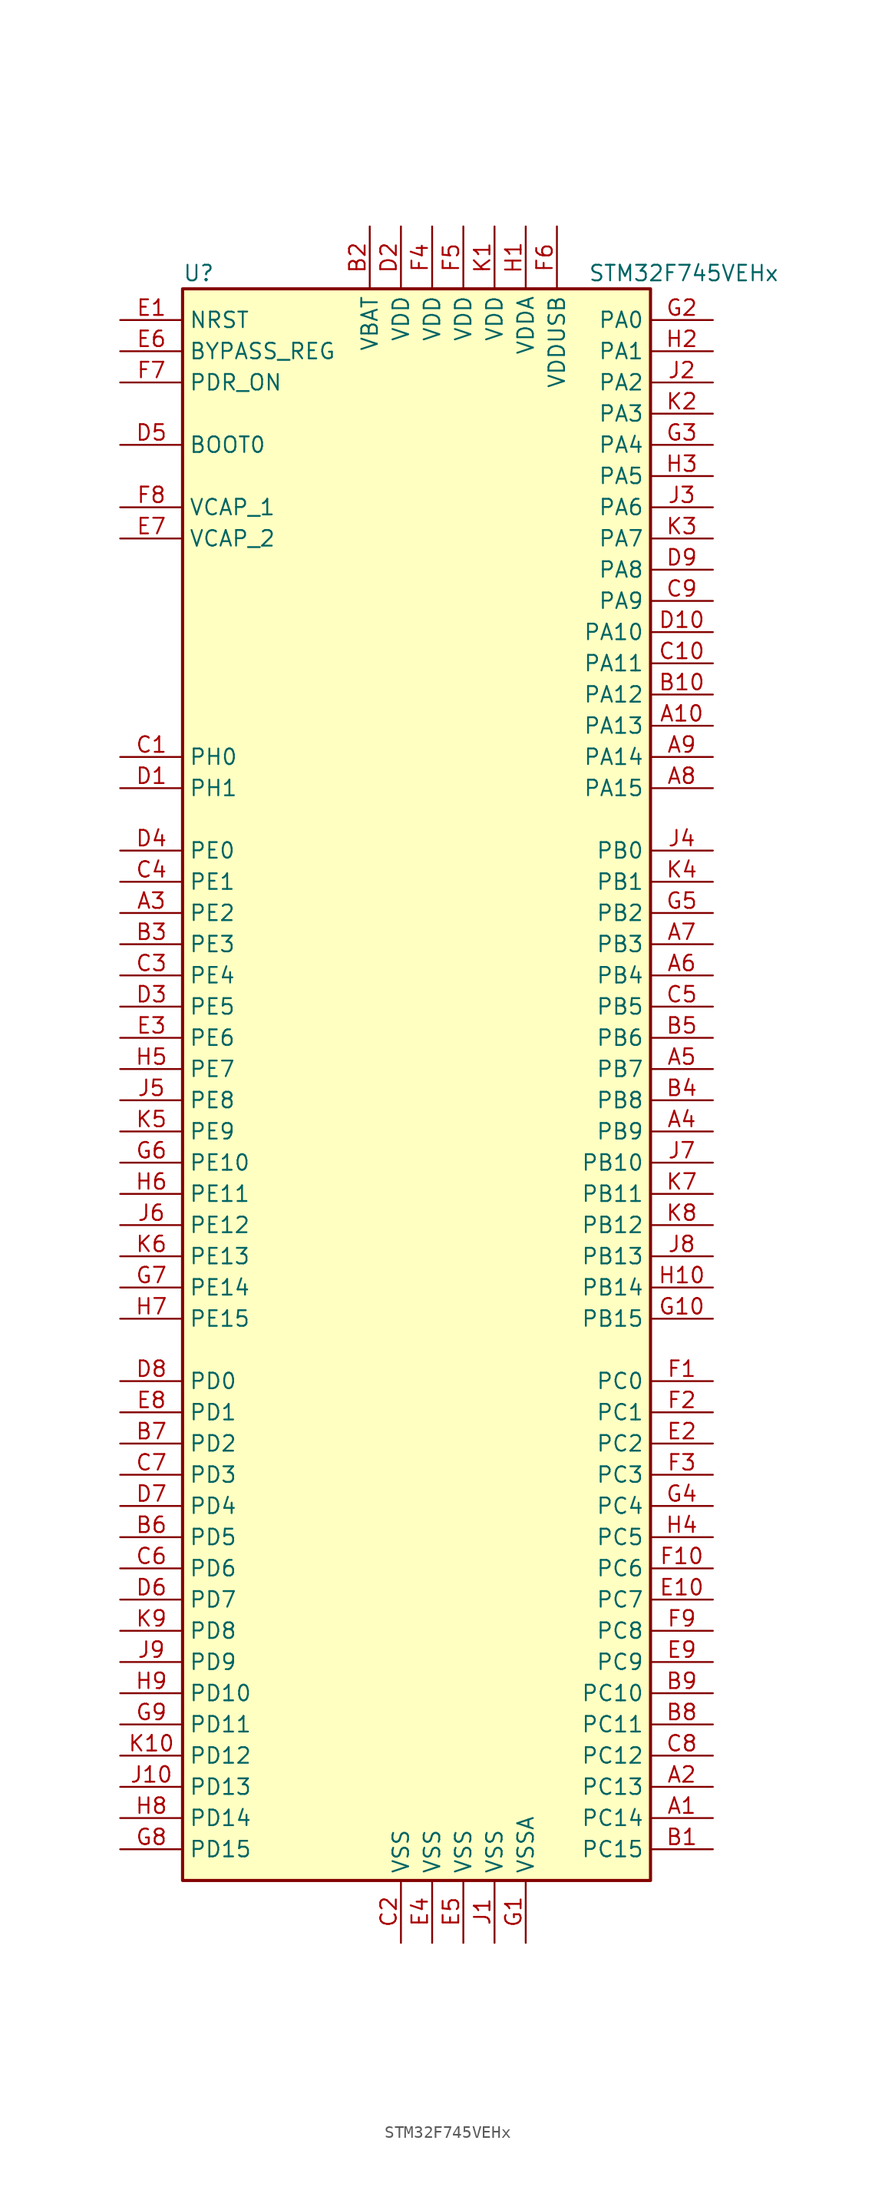
<source format=kicad_sym>
(kicad_symbol_lib
  (version 20220914)
  (generator kicad_symbol_editor)
  (symbol "STM32F745VEHx"
    (property "Reference" "U"
      (at -20.32 64.77 0)
      (effects (font (size 1.27 1.27)) (justify left)))
    (property "Value" "STM32F745VEHx"
      (at 12.7 64.77 0)
      (effects (font (size 1.27 1.27)) (justify left)))
    (symbol "STM32F745VEHx_0_1"
      (rectangle (start -20.32 -66.04) (end 17.78 63.5) (stroke (width 0.254) (type default)) (fill (type background))))
    (symbol "STM32F745VEHx_1_1"
      (pin bidirectional line (at 22.86 -60.96 180) (length 5.08) (name "PC14" (effects (font (size 1.27 1.27)))) (number "A1" (effects (font (size 1.27 1.27)))))
      (pin bidirectional line (at 22.86 27.94 180) (length 5.08) (name "PA13" (effects (font (size 1.27 1.27)))) (number "A10" (effects (font (size 1.27 1.27)))))
      (pin bidirectional line (at 22.86 -58.42 180) (length 5.08) (name "PC13" (effects (font (size 1.27 1.27)))) (number "A2" (effects (font (size 1.27 1.27)))))
      (pin bidirectional line (at -25.4 12.7 0) (length 5.08) (name "PE2" (effects (font (size 1.27 1.27)))) (number "A3" (effects (font (size 1.27 1.27)))))
      (pin bidirectional line (at 22.86 -5.08 180) (length 5.08) (name "PB9" (effects (font (size 1.27 1.27)))) (number "A4" (effects (font (size 1.27 1.27)))))
      (pin bidirectional line (at 22.86 0 180) (length 5.08) (name "PB7" (effects (font (size 1.27 1.27)))) (number "A5" (effects (font (size 1.27 1.27)))))
      (pin bidirectional line (at 22.86 7.62 180) (length 5.08) (name "PB4" (effects (font (size 1.27 1.27)))) (number "A6" (effects (font (size 1.27 1.27)))))
      (pin bidirectional line (at 22.86 10.16 180) (length 5.08) (name "PB3" (effects (font (size 1.27 1.27)))) (number "A7" (effects (font (size 1.27 1.27)))))
      (pin bidirectional line (at 22.86 22.86 180) (length 5.08) (name "PA15" (effects (font (size 1.27 1.27)))) (number "A8" (effects (font (size 1.27 1.27)))))
      (pin bidirectional line (at 22.86 25.4 180) (length 5.08) (name "PA14" (effects (font (size 1.27 1.27)))) (number "A9" (effects (font (size 1.27 1.27)))))
      (pin bidirectional line (at 22.86 -63.5 180) (length 5.08) (name "PC15" (effects (font (size 1.27 1.27)))) (number "B1" (effects (font (size 1.27 1.27)))))
      (pin bidirectional line (at 22.86 30.48 180) (length 5.08) (name "PA12" (effects (font (size 1.27 1.27)))) (number "B10" (effects (font (size 1.27 1.27)))))
      (pin power_in line (at -5.08 68.58 270) (length 5.08) (name "VBAT" (effects (font (size 1.27 1.27)))) (number "B2" (effects (font (size 1.27 1.27)))))
      (pin bidirectional line (at -25.4 10.16 0) (length 5.08) (name "PE3" (effects (font (size 1.27 1.27)))) (number "B3" (effects (font (size 1.27 1.27)))))
      (pin bidirectional line (at 22.86 -2.54 180) (length 5.08) (name "PB8" (effects (font (size 1.27 1.27)))) (number "B4" (effects (font (size 1.27 1.27)))))
      (pin bidirectional line (at 22.86 2.54 180) (length 5.08) (name "PB6" (effects (font (size 1.27 1.27)))) (number "B5" (effects (font (size 1.27 1.27)))))
      (pin bidirectional line (at -25.4 -38.1 0) (length 5.08) (name "PD5" (effects (font (size 1.27 1.27)))) (number "B6" (effects (font (size 1.27 1.27)))))
      (pin bidirectional line (at -25.4 -30.48 0) (length 5.08) (name "PD2" (effects (font (size 1.27 1.27)))) (number "B7" (effects (font (size 1.27 1.27)))))
      (pin bidirectional line (at 22.86 -53.34 180) (length 5.08) (name "PC11" (effects (font (size 1.27 1.27)))) (number "B8" (effects (font (size 1.27 1.27)))))
      (pin bidirectional line (at 22.86 -50.8 180) (length 5.08) (name "PC10" (effects (font (size 1.27 1.27)))) (number "B9" (effects (font (size 1.27 1.27)))))
      (pin input line (at -25.4 25.4 0) (length 5.08) (name "PH0" (effects (font (size 1.27 1.27)))) (number "C1" (effects (font (size 1.27 1.27)))))
      (pin bidirectional line (at 22.86 33.02 180) (length 5.08) (name "PA11" (effects (font (size 1.27 1.27)))) (number "C10" (effects (font (size 1.27 1.27)))))
      (pin power_in line (at -2.54 -71.12 90) (length 5.08) (name "VSS" (effects (font (size 1.27 1.27)))) (number "C2" (effects (font (size 1.27 1.27)))))
      (pin bidirectional line (at -25.4 7.62 0) (length 5.08) (name "PE4" (effects (font (size 1.27 1.27)))) (number "C3" (effects (font (size 1.27 1.27)))))
      (pin bidirectional line (at -25.4 15.24 0) (length 5.08) (name "PE1" (effects (font (size 1.27 1.27)))) (number "C4" (effects (font (size 1.27 1.27)))))
      (pin bidirectional line (at 22.86 5.08 180) (length 5.08) (name "PB5" (effects (font (size 1.27 1.27)))) (number "C5" (effects (font (size 1.27 1.27)))))
      (pin bidirectional line (at -25.4 -40.64 0) (length 5.08) (name "PD6" (effects (font (size 1.27 1.27)))) (number "C6" (effects (font (size 1.27 1.27)))))
      (pin bidirectional line (at -25.4 -33.02 0) (length 5.08) (name "PD3" (effects (font (size 1.27 1.27)))) (number "C7" (effects (font (size 1.27 1.27)))))
      (pin bidirectional line (at 22.86 -55.88 180) (length 5.08) (name "PC12" (effects (font (size 1.27 1.27)))) (number "C8" (effects (font (size 1.27 1.27)))))
      (pin bidirectional line (at 22.86 38.1 180) (length 5.08) (name "PA9" (effects (font (size 1.27 1.27)))) (number "C9" (effects (font (size 1.27 1.27)))))
      (pin input line (at -25.4 22.86 0) (length 5.08) (name "PH1" (effects (font (size 1.27 1.27)))) (number "D1" (effects (font (size 1.27 1.27)))))
      (pin bidirectional line (at 22.86 35.56 180) (length 5.08) (name "PA10" (effects (font (size 1.27 1.27)))) (number "D10" (effects (font (size 1.27 1.27)))))
      (pin power_in line (at -2.54 68.58 270) (length 5.08) (name "VDD" (effects (font (size 1.27 1.27)))) (number "D2" (effects (font (size 1.27 1.27)))))
      (pin bidirectional line (at -25.4 5.08 0) (length 5.08) (name "PE5" (effects (font (size 1.27 1.27)))) (number "D3" (effects (font (size 1.27 1.27)))))
      (pin bidirectional line (at -25.4 17.78 0) (length 5.08) (name "PE0" (effects (font (size 1.27 1.27)))) (number "D4" (effects (font (size 1.27 1.27)))))
      (pin input line (at -25.4 50.8 0) (length 5.08) (name "BOOT0" (effects (font (size 1.27 1.27)))) (number "D5" (effects (font (size 1.27 1.27)))))
      (pin bidirectional line (at -25.4 -43.18 0) (length 5.08) (name "PD7" (effects (font (size 1.27 1.27)))) (number "D6" (effects (font (size 1.27 1.27)))))
      (pin bidirectional line (at -25.4 -35.56 0) (length 5.08) (name "PD4" (effects (font (size 1.27 1.27)))) (number "D7" (effects (font (size 1.27 1.27)))))
      (pin bidirectional line (at -25.4 -25.4 0) (length 5.08) (name "PD0" (effects (font (size 1.27 1.27)))) (number "D8" (effects (font (size 1.27 1.27)))))
      (pin bidirectional line (at 22.86 40.64 180) (length 5.08) (name "PA8" (effects (font (size 1.27 1.27)))) (number "D9" (effects (font (size 1.27 1.27)))))
      (pin input line (at -25.4 60.96 0) (length 5.08) (name "NRST" (effects (font (size 1.27 1.27)))) (number "E1" (effects (font (size 1.27 1.27)))))
      (pin bidirectional line (at 22.86 -43.18 180) (length 5.08) (name "PC7" (effects (font (size 1.27 1.27)))) (number "E10" (effects (font (size 1.27 1.27)))))
      (pin bidirectional line (at 22.86 -30.48 180) (length 5.08) (name "PC2" (effects (font (size 1.27 1.27)))) (number "E2" (effects (font (size 1.27 1.27)))))
      (pin bidirectional line (at -25.4 2.54 0) (length 5.08) (name "PE6" (effects (font (size 1.27 1.27)))) (number "E3" (effects (font (size 1.27 1.27)))))
      (pin power_in line (at 0 -71.12 90) (length 5.08) (name "VSS" (effects (font (size 1.27 1.27)))) (number "E4" (effects (font (size 1.27 1.27)))))
      (pin power_in line (at 2.54 -71.12 90) (length 5.08) (name "VSS" (effects (font (size 1.27 1.27)))) (number "E5" (effects (font (size 1.27 1.27)))))
      (pin input line (at -25.4 58.42 0) (length 5.08) (name "BYPASS_REG" (effects (font (size 1.27 1.27)))) (number "E6" (effects (font (size 1.27 1.27)))))
      (pin power_in line (at -25.4 43.18 0) (length 5.08) (name "VCAP_2" (effects (font (size 1.27 1.27)))) (number "E7" (effects (font (size 1.27 1.27)))))
      (pin bidirectional line (at -25.4 -27.94 0) (length 5.08) (name "PD1" (effects (font (size 1.27 1.27)))) (number "E8" (effects (font (size 1.27 1.27)))))
      (pin bidirectional line (at 22.86 -48.26 180) (length 5.08) (name "PC9" (effects (font (size 1.27 1.27)))) (number "E9" (effects (font (size 1.27 1.27)))))
      (pin bidirectional line (at 22.86 -25.4 180) (length 5.08) (name "PC0" (effects (font (size 1.27 1.27)))) (number "F1" (effects (font (size 1.27 1.27)))))
      (pin bidirectional line (at 22.86 -40.64 180) (length 5.08) (name "PC6" (effects (font (size 1.27 1.27)))) (number "F10" (effects (font (size 1.27 1.27)))))
      (pin bidirectional line (at 22.86 -27.94 180) (length 5.08) (name "PC1" (effects (font (size 1.27 1.27)))) (number "F2" (effects (font (size 1.27 1.27)))))
      (pin bidirectional line (at 22.86 -33.02 180) (length 5.08) (name "PC3" (effects (font (size 1.27 1.27)))) (number "F3" (effects (font (size 1.27 1.27)))))
      (pin power_in line (at 0 68.58 270) (length 5.08) (name "VDD" (effects (font (size 1.27 1.27)))) (number "F4" (effects (font (size 1.27 1.27)))))
      (pin power_in line (at 2.54 68.58 270) (length 5.08) (name "VDD" (effects (font (size 1.27 1.27)))) (number "F5" (effects (font (size 1.27 1.27)))))
      (pin power_in line (at 10.16 68.58 270) (length 5.08) (name "VDDUSB" (effects (font (size 1.27 1.27)))) (number "F6" (effects (font (size 1.27 1.27)))))
      (pin input line (at -25.4 55.88 0) (length 5.08) (name "PDR_ON" (effects (font (size 1.27 1.27)))) (number "F7" (effects (font (size 1.27 1.27)))))
      (pin power_in line (at -25.4 45.72 0) (length 5.08) (name "VCAP_1" (effects (font (size 1.27 1.27)))) (number "F8" (effects (font (size 1.27 1.27)))))
      (pin bidirectional line (at 22.86 -45.72 180) (length 5.08) (name "PC8" (effects (font (size 1.27 1.27)))) (number "F9" (effects (font (size 1.27 1.27)))))
      (pin power_in line (at 7.62 -71.12 90) (length 5.08) (name "VSSA" (effects (font (size 1.27 1.27)))) (number "G1" (effects (font (size 1.27 1.27)))))
      (pin bidirectional line (at 22.86 -20.32 180) (length 5.08) (name "PB15" (effects (font (size 1.27 1.27)))) (number "G10" (effects (font (size 1.27 1.27)))))
      (pin bidirectional line (at 22.86 60.96 180) (length 5.08) (name "PA0" (effects (font (size 1.27 1.27)))) (number "G2" (effects (font (size 1.27 1.27)))))
      (pin bidirectional line (at 22.86 50.8 180) (length 5.08) (name "PA4" (effects (font (size 1.27 1.27)))) (number "G3" (effects (font (size 1.27 1.27)))))
      (pin bidirectional line (at 22.86 -35.56 180) (length 5.08) (name "PC4" (effects (font (size 1.27 1.27)))) (number "G4" (effects (font (size 1.27 1.27)))))
      (pin bidirectional line (at 22.86 12.7 180) (length 5.08) (name "PB2" (effects (font (size 1.27 1.27)))) (number "G5" (effects (font (size 1.27 1.27)))))
      (pin bidirectional line (at -25.4 -7.62 0) (length 5.08) (name "PE10" (effects (font (size 1.27 1.27)))) (number "G6" (effects (font (size 1.27 1.27)))))
      (pin bidirectional line (at -25.4 -17.78 0) (length 5.08) (name "PE14" (effects (font (size 1.27 1.27)))) (number "G7" (effects (font (size 1.27 1.27)))))
      (pin bidirectional line (at -25.4 -63.5 0) (length 5.08) (name "PD15" (effects (font (size 1.27 1.27)))) (number "G8" (effects (font (size 1.27 1.27)))))
      (pin bidirectional line (at -25.4 -53.34 0) (length 5.08) (name "PD11" (effects (font (size 1.27 1.27)))) (number "G9" (effects (font (size 1.27 1.27)))))
      (pin power_in line (at 7.62 68.58 270) (length 5.08) (name "VDDA" (effects (font (size 1.27 1.27)))) (number "H1" (effects (font (size 1.27 1.27)))))
      (pin bidirectional line (at 22.86 -17.78 180) (length 5.08) (name "PB14" (effects (font (size 1.27 1.27)))) (number "H10" (effects (font (size 1.27 1.27)))))
      (pin bidirectional line (at 22.86 58.42 180) (length 5.08) (name "PA1" (effects (font (size 1.27 1.27)))) (number "H2" (effects (font (size 1.27 1.27)))))
      (pin bidirectional line (at 22.86 48.26 180) (length 5.08) (name "PA5" (effects (font (size 1.27 1.27)))) (number "H3" (effects (font (size 1.27 1.27)))))
      (pin bidirectional line (at 22.86 -38.1 180) (length 5.08) (name "PC5" (effects (font (size 1.27 1.27)))) (number "H4" (effects (font (size 1.27 1.27)))))
      (pin bidirectional line (at -25.4 0 0) (length 5.08) (name "PE7" (effects (font (size 1.27 1.27)))) (number "H5" (effects (font (size 1.27 1.27)))))
      (pin bidirectional line (at -25.4 -10.16 0) (length 5.08) (name "PE11" (effects (font (size 1.27 1.27)))) (number "H6" (effects (font (size 1.27 1.27)))))
      (pin bidirectional line (at -25.4 -20.32 0) (length 5.08) (name "PE15" (effects (font (size 1.27 1.27)))) (number "H7" (effects (font (size 1.27 1.27)))))
      (pin bidirectional line (at -25.4 -60.96 0) (length 5.08) (name "PD14" (effects (font (size 1.27 1.27)))) (number "H8" (effects (font (size 1.27 1.27)))))
      (pin bidirectional line (at -25.4 -50.8 0) (length 5.08) (name "PD10" (effects (font (size 1.27 1.27)))) (number "H9" (effects (font (size 1.27 1.27)))))
      (pin power_in line (at 5.08 -71.12 90) (length 5.08) (name "VSS" (effects (font (size 1.27 1.27)))) (number "J1" (effects (font (size 1.27 1.27)))))
      (pin bidirectional line (at -25.4 -58.42 0) (length 5.08) (name "PD13" (effects (font (size 1.27 1.27)))) (number "J10" (effects (font (size 1.27 1.27)))))
      (pin bidirectional line (at 22.86 55.88 180) (length 5.08) (name "PA2" (effects (font (size 1.27 1.27)))) (number "J2" (effects (font (size 1.27 1.27)))))
      (pin bidirectional line (at 22.86 45.72 180) (length 5.08) (name "PA6" (effects (font (size 1.27 1.27)))) (number "J3" (effects (font (size 1.27 1.27)))))
      (pin bidirectional line (at 22.86 17.78 180) (length 5.08) (name "PB0" (effects (font (size 1.27 1.27)))) (number "J4" (effects (font (size 1.27 1.27)))))
      (pin bidirectional line (at -25.4 -2.54 0) (length 5.08) (name "PE8" (effects (font (size 1.27 1.27)))) (number "J5" (effects (font (size 1.27 1.27)))))
      (pin bidirectional line (at -25.4 -12.7 0) (length 5.08) (name "PE12" (effects (font (size 1.27 1.27)))) (number "J6" (effects (font (size 1.27 1.27)))))
      (pin bidirectional line (at 22.86 -7.62 180) (length 5.08) (name "PB10" (effects (font (size 1.27 1.27)))) (number "J7" (effects (font (size 1.27 1.27)))))
      (pin bidirectional line (at 22.86 -15.24 180) (length 5.08) (name "PB13" (effects (font (size 1.27 1.27)))) (number "J8" (effects (font (size 1.27 1.27)))))
      (pin bidirectional line (at -25.4 -48.26 0) (length 5.08) (name "PD9" (effects (font (size 1.27 1.27)))) (number "J9" (effects (font (size 1.27 1.27)))))
      (pin power_in line (at 5.08 68.58 270) (length 5.08) (name "VDD" (effects (font (size 1.27 1.27)))) (number "K1" (effects (font (size 1.27 1.27)))))
      (pin bidirectional line (at -25.4 -55.88 0) (length 5.08) (name "PD12" (effects (font (size 1.27 1.27)))) (number "K10" (effects (font (size 1.27 1.27)))))
      (pin bidirectional line (at 22.86 53.34 180) (length 5.08) (name "PA3" (effects (font (size 1.27 1.27)))) (number "K2" (effects (font (size 1.27 1.27)))))
      (pin bidirectional line (at 22.86 43.18 180) (length 5.08) (name "PA7" (effects (font (size 1.27 1.27)))) (number "K3" (effects (font (size 1.27 1.27)))))
      (pin bidirectional line (at 22.86 15.24 180) (length 5.08) (name "PB1" (effects (font (size 1.27 1.27)))) (number "K4" (effects (font (size 1.27 1.27)))))
      (pin bidirectional line (at -25.4 -5.08 0) (length 5.08) (name "PE9" (effects (font (size 1.27 1.27)))) (number "K5" (effects (font (size 1.27 1.27)))))
      (pin bidirectional line (at -25.4 -15.24 0) (length 5.08) (name "PE13" (effects (font (size 1.27 1.27)))) (number "K6" (effects (font (size 1.27 1.27)))))
      (pin bidirectional line (at 22.86 -10.16 180) (length 5.08) (name "PB11" (effects (font (size 1.27 1.27)))) (number "K7" (effects (font (size 1.27 1.27)))))
      (pin bidirectional line (at 22.86 -12.7 180) (length 5.08) (name "PB12" (effects (font (size 1.27 1.27)))) (number "K8" (effects (font (size 1.27 1.27)))))
      (pin bidirectional line (at -25.4 -45.72 0) (length 5.08) (name "PD8" (effects (font (size 1.27 1.27)))) (number "K9" (effects (font (size 1.27 1.27))))))))
</source>
